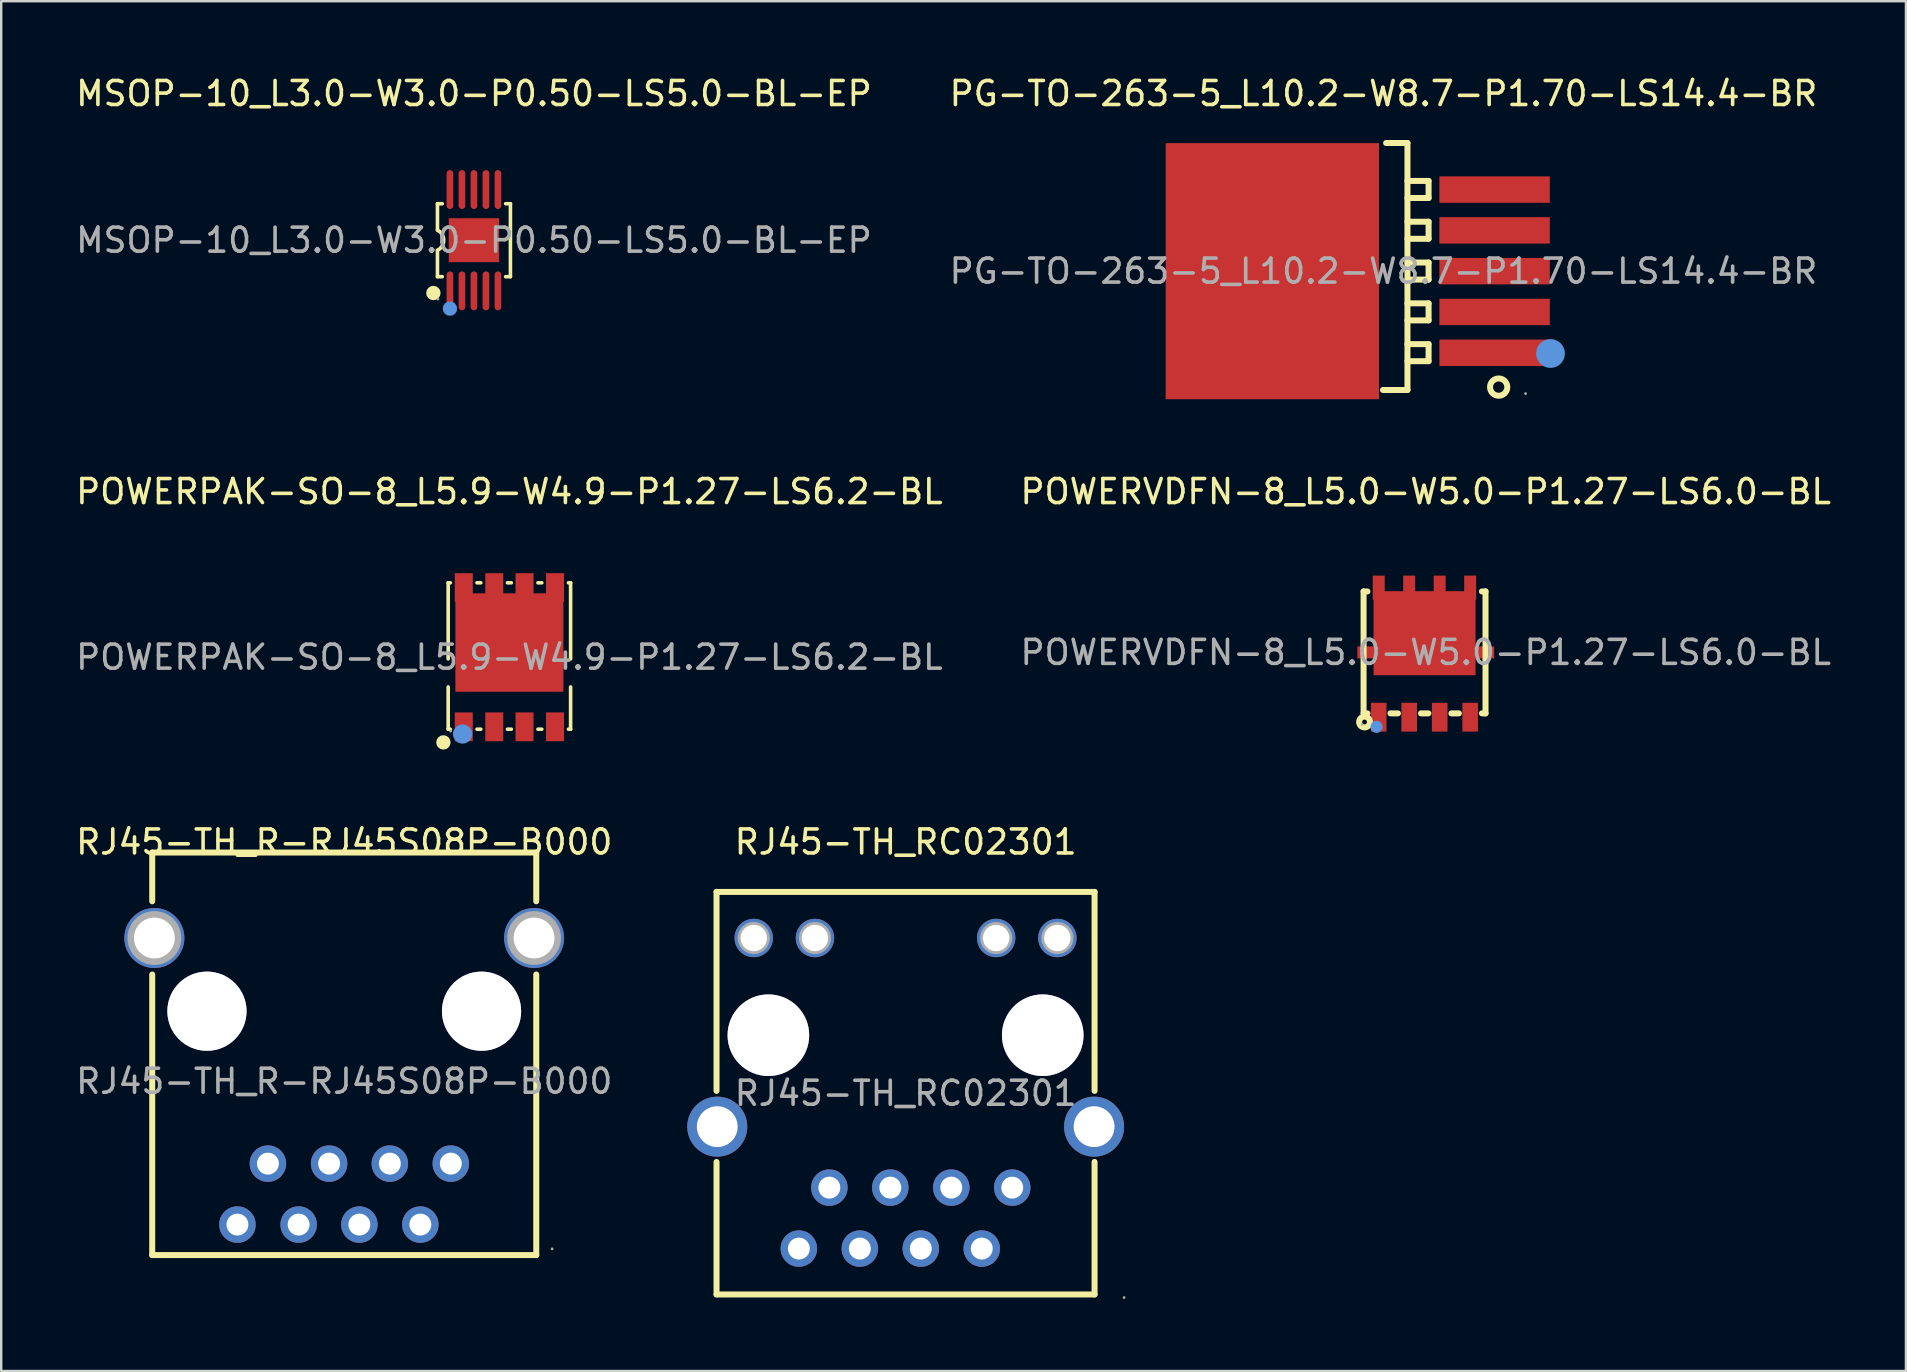
<source format=kicad_pcb>
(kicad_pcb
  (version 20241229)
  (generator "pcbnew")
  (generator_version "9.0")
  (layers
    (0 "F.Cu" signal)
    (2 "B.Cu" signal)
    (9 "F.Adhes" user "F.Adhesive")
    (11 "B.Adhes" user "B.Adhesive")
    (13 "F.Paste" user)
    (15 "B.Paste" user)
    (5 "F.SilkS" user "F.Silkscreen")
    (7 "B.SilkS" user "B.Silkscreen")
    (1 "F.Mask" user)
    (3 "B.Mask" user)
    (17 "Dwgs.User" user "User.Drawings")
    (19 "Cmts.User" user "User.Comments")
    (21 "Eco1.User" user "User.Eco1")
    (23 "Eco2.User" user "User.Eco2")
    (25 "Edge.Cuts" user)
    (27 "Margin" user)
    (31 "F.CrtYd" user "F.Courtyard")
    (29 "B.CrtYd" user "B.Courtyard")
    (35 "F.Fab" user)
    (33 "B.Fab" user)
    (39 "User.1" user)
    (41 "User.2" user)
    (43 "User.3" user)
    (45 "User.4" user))
  (footprint "POWERVDFN-8_L5.0-W5.0-P1.27-LS6.0-BL"
    (layer "F.Cu")
    (at 56.351 24.131)
    (property "Reference" "POWERVDFN-8_L5.0-W5.0-P1.27-LS6.0-BL" (at 0 -6.7 0) (layer "F.SilkS") (effects (font (size 1 1) (thickness 0.15))))
    (attr smd)
    (fp_line (start -2.59 -2.54) (end -2.43 -2.54) (stroke (width 0.25) (type solid)) (layer "F.SilkS"))
    (fp_line (start -2.59 2.54) (end -2.59 -2.54) (stroke (width 0.25) (type solid)) (layer "F.SilkS"))
    (fp_line (start -2.59 2.54) (end -2.43 2.54) (stroke (width 0.25) (type solid)) (layer "F.SilkS"))
    (fp_line (start -1.47 2.54) (end -1.16 2.54) (stroke (width 0.25) (type solid)) (layer "F.SilkS"))
    (fp_line (start -0.2 2.54) (end 0.11 2.54) (stroke (width 0.25) (type solid)) (layer "F.SilkS"))
    (fp_line (start 1.07 2.54) (end 1.38 2.54) (stroke (width 0.25) (type solid)) (layer "F.SilkS"))
    (fp_line (start 2.34 -2.54) (end 2.49 -2.54) (stroke (width 0.25) (type solid)) (layer "F.SilkS"))
    (fp_line (start 2.34 2.54) (end 2.49 2.54) (stroke (width 0.25) (type solid)) (layer "F.SilkS"))
    (fp_line (start 2.49 2.54) (end 2.49 -2.54) (stroke (width 0.25) (type solid)) (layer "F.SilkS"))
    (fp_circle (center -2.55 2.9) (end -2.45 2.9) (stroke (width 0.25) (type solid)) (fill no) (layer "F.SilkS"))
    (fp_circle (center -2.05 3.1) (end -1.92 3.1) (stroke (width 0.25) (type solid)) (fill no) (layer "Cmts.User"))
    (fp_circle (center -2.65 3) (end -2.62 3) (stroke (width 0.06) (type solid)) (fill no) (layer "F.Fab"))
    (fp_text user "${REFERENCE}" (at 0 0 0) (layer "F.Fab") (effects (font (size 1 1) (thickness 0.15))))
    (pad "1" smd rect (at -1.96 2.7) (size 0.65 1.2) (layers "F.Cu" "F.Mask" "F.Paste"))
    (pad "2" smd rect (at -0.69 2.7) (size 0.65 1.2) (layers "F.Cu" "F.Mask" "F.Paste"))
    (pad "3" smd rect (at 0.58 2.7) (size 0.65 1.2) (layers "F.Cu" "F.Mask" "F.Paste"))
    (pad "4" smd rect (at 1.85 2.7) (size 0.65 1.2) (layers "F.Cu" "F.Mask" "F.Paste"))
    (pad "5" smd rect (at 1.85 -2.7 270) (size 1 0.5) (layers "F.Cu" "F.Mask" "F.Paste"))
    (pad "6" smd rect (at 0.58 -2.7 270) (size 1 0.5) (layers "F.Cu" "F.Mask" "F.Paste"))
    (pad "7" smd rect (at -0.69 -2.7 270) (size 1 0.5) (layers "F.Cu" "F.Mask" "F.Paste"))
    (pad "8" smd rect (at -2.35 0) (size 1 0.5) (layers "F.Cu" "F.Mask" "F.Paste"))
    (pad "8" smd rect (at -1.96 -2.7 270) (size 1 0.5) (layers "F.Cu" "F.Mask" "F.Paste"))
    (pad "8" smd rect (at -0.05 -0.8 270) (size 3.5 4.25) (layers "F.Cu" "F.Mask" "F.Paste"))
    (pad "8" smd rect (at 2.35 0 180) (size 1 0.5) (layers "F.Cu" "F.Mask" "F.Paste")))
  (footprint "PG-TO-263-5_L10.2-W8.7-P1.70-LS14.4-BR"
    (layer "F.Cu")
    (at 54.589 8.248)
    (property "Reference" "PG-TO-263-5_L10.2-W8.7-P1.70-LS14.4-BR" (at 0 -7.4 0) (layer "F.SilkS") (effects (font (size 1 1) (thickness 0.15))))
    (attr smd)
    (fp_line (start 0.11 -5.34) (end 1 -5.34) (stroke (width 0.25) (type solid)) (layer "F.SilkS"))
    (fp_line (start 1 -5.34) (end 1 4.95) (stroke (width 0.25) (type solid)) (layer "F.SilkS"))
    (fp_line (start 1 -3.76) (end 1.88 -3.76) (stroke (width 0.25) (type solid)) (layer "F.SilkS"))
    (fp_line (start 1 -2.06) (end 1.88 -2.06) (stroke (width 0.25) (type solid)) (layer "F.SilkS"))
    (fp_line (start 1 -0.36) (end 1.88 -0.36) (stroke (width 0.25) (type solid)) (layer "F.SilkS"))
    (fp_line (start 1 1.34) (end 1.88 1.34) (stroke (width 0.25) (type solid)) (layer "F.SilkS"))
    (fp_line (start 1 3.04) (end 1.88 3.04) (stroke (width 0.25) (type solid)) (layer "F.SilkS"))
    (fp_line (start 1 4.95) (end -0.02 4.95) (stroke (width 0.25) (type solid)) (layer "F.SilkS"))
    (fp_line (start 1.88 -3.76) (end 1.88 -3.05) (stroke (width 0.25) (type solid)) (layer "F.SilkS"))
    (fp_line (start 1.88 -3.05) (end 1 -3.05) (stroke (width 0.25) (type solid)) (layer "F.SilkS"))
    (fp_line (start 1.88 -2.06) (end 1.88 -1.35) (stroke (width 0.25) (type solid)) (layer "F.SilkS"))
    (fp_line (start 1.88 -1.35) (end 1 -1.35) (stroke (width 0.25) (type solid)) (layer "F.SilkS"))
    (fp_line (start 1.88 -0.36) (end 1.88 0.35) (stroke (width 0.25) (type solid)) (layer "F.SilkS"))
    (fp_line (start 1.88 0.35) (end 1 0.35) (stroke (width 0.25) (type solid)) (layer "F.SilkS"))
    (fp_line (start 1.88 1.34) (end 1.88 2.05) (stroke (width 0.25) (type solid)) (layer "F.SilkS"))
    (fp_line (start 1.88 2.05) (end 1 2.05) (stroke (width 0.25) (type solid)) (layer "F.SilkS"))
    (fp_line (start 1.88 3.04) (end 1.88 3.75) (stroke (width 0.25) (type solid)) (layer "F.SilkS"))
    (fp_line (start 1.88 3.75) (end 1 3.75) (stroke (width 0.25) (type solid)) (layer "F.SilkS"))
    (fp_circle (center 4.8 4.83) (end 5.16 4.83) (stroke (width 0.25) (type solid)) (fill no) (layer "F.SilkS"))
    (fp_circle (center 6.96 3.43) (end 7.26 3.43) (stroke (width 0.6) (type solid)) (fill no) (layer "Cmts.User"))
    (fp_circle (center 5.92 5.1) (end 5.95 5.1) (stroke (width 0.06) (type solid)) (fill no) (layer "F.Fab"))
    (fp_text user "${REFERENCE}" (at 0 0 0) (layer "F.Fab") (effects (font (size 1 1) (thickness 0.15))))
    (pad "1" smd rect (at 4.63 3.4) (size 4.6 1.1) (layers "F.Cu" "F.Mask" "F.Paste"))
    (pad "2" smd rect (at 4.63 1.7) (size 4.6 1.1) (layers "F.Cu" "F.Mask" "F.Paste"))
    (pad "3" smd rect (at 4.63 0) (size 4.6 1.1) (layers "F.Cu" "F.Mask" "F.Paste"))
    (pad "4" smd rect (at 4.63 -1.7) (size 4.6 1.1) (layers "F.Cu" "F.Mask" "F.Paste"))
    (pad "5" smd rect (at 4.63 -3.4) (size 4.6 1.1) (layers "F.Cu" "F.Mask" "F.Paste"))
    (pad "6" smd rect (at -4.63 0) (size 8.89 10.67) (layers "F.Cu" "F.Mask" "F.Paste")))
  (footprint "RJ45-TH_RC02301"
    (layer "F.Cu")
    (at 34.683 42.5)
    (property "Reference" "RJ45-TH_RC02301" (at 0 -10.47 0) (layer "F.SilkS") (effects (font (size 1 1) (thickness 0.15))))
    (attr through_hole)
    (fp_line (start -7.88 -8.39) (end 7.87 -8.39) (stroke (width 0.25) (type solid)) (layer "F.SilkS"))
    (fp_line (start -7.88 -0.1) (end -7.88 -8.39) (stroke (width 0.25) (type solid)) (layer "F.SilkS"))
    (fp_line (start -7.88 8.38) (end -7.88 2.86) (stroke (width 0.25) (type solid)) (layer "F.SilkS"))
    (fp_line (start 7.87 -8.39) (end 7.87 -0.1) (stroke (width 0.25) (type solid)) (layer "F.SilkS"))
    (fp_line (start 7.87 2.86) (end 7.87 8.38) (stroke (width 0.25) (type solid)) (layer "F.SilkS"))
    (fp_line (start 7.87 8.38) (end -7.88 8.38) (stroke (width 0.25) (type solid)) (layer "F.SilkS"))
    (fp_circle (center -7.85 1.39) (end -7.47 1.39) (stroke (width 0.75) (type solid)) (fill no) (layer "F.Fab"))
    (fp_circle (center -6.33 -6.47) (end -6.11 -6.47) (stroke (width 0.45) (type solid)) (fill no) (layer "F.Fab"))
    (fp_circle (center -5.72 -2.42) (end -4.92 -2.42) (stroke (width 1.6) (type solid)) (fill no) (layer "F.Fab"))
    (fp_circle (center -4.45 6.47) (end -4.27 6.47) (stroke (width 0.36) (type solid)) (fill no) (layer "F.Fab"))
    (fp_circle (center -3.78 -6.47) (end -3.56 -6.47) (stroke (width 0.45) (type solid)) (fill no) (layer "F.Fab"))
    (fp_circle (center -3.18 3.93) (end -3 3.93) (stroke (width 0.36) (type solid)) (fill no) (layer "F.Fab"))
    (fp_circle (center -1.91 6.47) (end -1.73 6.47) (stroke (width 0.36) (type solid)) (fill no) (layer "F.Fab"))
    (fp_circle (center -0.64 3.93) (end -0.46 3.93) (stroke (width 0.36) (type solid)) (fill no) (layer "F.Fab"))
    (fp_circle (center 0.63 6.47) (end 0.81 6.47) (stroke (width 0.36) (type solid)) (fill no) (layer "F.Fab"))
    (fp_circle (center 1.9 3.93) (end 2.08 3.93) (stroke (width 0.36) (type solid)) (fill no) (layer "F.Fab"))
    (fp_circle (center 3.17 6.47) (end 3.35 6.47) (stroke (width 0.36) (type solid)) (fill no) (layer "F.Fab"))
    (fp_circle (center 3.77 -6.47) (end 3.99 -6.47) (stroke (width 0.45) (type solid)) (fill no) (layer "F.Fab"))
    (fp_circle (center 4.44 3.93) (end 4.62 3.93) (stroke (width 0.36) (type solid)) (fill no) (layer "F.Fab"))
    (fp_circle (center 5.71 -2.42) (end 6.51 -2.42) (stroke (width 1.6) (type solid)) (fill no) (layer "F.Fab"))
    (fp_circle (center 6.32 -6.47) (end 6.54 -6.47) (stroke (width 0.45) (type solid)) (fill no) (layer "F.Fab"))
    (fp_circle (center 7.85 1.39) (end 8.23 1.39) (stroke (width 0.75) (type solid)) (fill no) (layer "F.Fab"))
    (fp_circle (center 9.1 8.51) (end 9.13 8.51) (stroke (width 0.06) (type solid)) (fill no) (layer "F.Fab"))
    (fp_text user "${REFERENCE}" (at 0 0 0) (layer "F.Fab") (effects (font (size 1 1) (thickness 0.15))))
    (pad "" thru_hole circle (at -5.72 -2.42) (size 3.4 3.4) (drill 3.4) (layers "*.Cu" "*.Mask"))
    (pad "" thru_hole circle (at 5.71 -2.42) (size 3.4 3.4) (drill 3.4) (layers "*.Cu" "*.Mask"))
    (pad "1" thru_hole circle (at 4.44 3.93) (size 1.52 1.52) (drill 0.914) (layers "*.Cu" "*.Mask"))
    (pad "2" thru_hole circle (at 3.17 6.47) (size 1.52 1.52) (drill 0.914) (layers "*.Cu" "*.Mask"))
    (pad "3" thru_hole circle (at 1.9 3.93) (size 1.52 1.52) (drill 0.914) (layers "*.Cu" "*.Mask"))
    (pad "4" thru_hole circle (at 0.63 6.47) (size 1.52 1.52) (drill 0.914) (layers "*.Cu" "*.Mask"))
    (pad "5" thru_hole circle (at -0.64 3.93) (size 1.52 1.52) (drill 0.914) (layers "*.Cu" "*.Mask"))
    (pad "6" thru_hole circle (at -1.91 6.47) (size 1.52 1.52) (drill 0.914) (layers "*.Cu" "*.Mask"))
    (pad "7" thru_hole circle (at -3.18 3.93) (size 1.52 1.52) (drill 0.914) (layers "*.Cu" "*.Mask"))
    (pad "8" thru_hole circle (at -4.45 6.47) (size 1.52 1.52) (drill 0.914) (layers "*.Cu" "*.Mask"))
    (pad "9" thru_hole circle (at 6.32 -6.47) (size 1.6 1.6) (drill 1.1) (layers "*.Cu" "*.Mask"))
    (pad "10" thru_hole circle (at 3.77 -6.47) (size 1.6 1.6) (drill 1.1) (layers "*.Cu" "*.Mask"))
    (pad "11" thru_hole circle (at -3.78 -6.47) (size 1.6 1.6) (drill 1.1) (layers "*.Cu" "*.Mask"))
    (pad "12" thru_hole circle (at -6.33 -6.47) (size 1.6 1.6) (drill 1.1) (layers "*.Cu" "*.Mask"))
    (pad "13" thru_hole circle (at -7.85 1.39) (size 2.5 2.5) (drill 1.7) (layers "*.Cu" "*.Mask"))
    (pad "14" thru_hole circle (at 7.85 1.39) (size 2.5 2.5) (drill 1.7) (layers "*.Cu" "*.Mask")))
  (footprint "MSOP-10_L3.0-W3.0-P0.50-LS5.0-BL-EP"
    (layer "F.Cu")
    (at 16.696 6.958)
    (property "Reference" "MSOP-10_L3.0-W3.0-P0.50-LS5.0-BL-EP" (at 0 -6.11 0) (layer "F.SilkS") (effects (font (size 1 1) (thickness 0.15))))
    (attr smd)
    (fp_line (start -1.52 -1.52) (end -1.52 -0.42) (stroke (width 0.15) (type solid)) (layer "F.SilkS"))
    (fp_line (start -1.52 1.52) (end -1.52 0.42) (stroke (width 0.15) (type solid)) (layer "F.SilkS"))
    (fp_line (start -1.52 1.52) (end -1.32 1.52) (stroke (width 0.15) (type solid)) (layer "F.SilkS"))
    (fp_line (start -1.32 -1.52) (end -1.52 -1.52) (stroke (width 0.15) (type solid)) (layer "F.SilkS"))
    (fp_line (start 1.32 1.52) (end 1.52 1.52) (stroke (width 0.15) (type solid)) (layer "F.SilkS"))
    (fp_line (start 1.52 -1.52) (end 1.32 -1.52) (stroke (width 0.15) (type solid)) (layer "F.SilkS"))
    (fp_line (start 1.52 1.52) (end 1.52 -1.52) (stroke (width 0.15) (type solid)) (layer "F.SilkS"))
    (fp_arc (start -1.52 -0.42) (mid -1.260427 -0.00086) (end -1.518463 0.419228) (stroke (width 0.15) (type solid)) (layer "F.SilkS"))
    (fp_circle (center -1.69 2.2) (end -1.54 2.2) (stroke (width 0.3) (type solid)) (fill no) (layer "F.SilkS"))
    (fp_circle (center -1 2.85) (end -0.85 2.85) (stroke (width 0.3) (type solid)) (fill no) (layer "Cmts.User"))
    (fp_circle (center -1.5 2.45) (end -1.47 2.45) (stroke (width 0.06) (type solid)) (fill no) (layer "F.Fab"))
    (fp_text user "${REFERENCE}" (at 0 0 0) (layer "F.Fab") (effects (font (size 1 1) (thickness 0.15))))
    (pad "1" smd oval (at -1 2.11) (size 0.28 1.62) (layers "F.Cu" "F.Mask" "F.Paste"))
    (pad "2" smd oval (at -0.5 2.11) (size 0.28 1.62) (layers "F.Cu" "F.Mask" "F.Paste"))
    (pad "3" smd oval (at 0 2.11) (size 0.28 1.62) (layers "F.Cu" "F.Mask" "F.Paste"))
    (pad "4" smd oval (at 0.5 2.11) (size 0.28 1.62) (layers "F.Cu" "F.Mask" "F.Paste"))
    (pad "5" smd oval (at 1 2.11) (size 0.28 1.62) (layers "F.Cu" "F.Mask" "F.Paste"))
    (pad "6" smd oval (at 1 -2.11) (size 0.28 1.62) (layers "F.Cu" "F.Mask" "F.Paste"))
    (pad "7" smd oval (at 0.5 -2.11) (size 0.28 1.62) (layers "F.Cu" "F.Mask" "F.Paste"))
    (pad "8" smd oval (at 0 -2.11) (size 0.28 1.62) (layers "F.Cu" "F.Mask" "F.Paste"))
    (pad "9" smd oval (at -0.5 -2.11) (size 0.28 1.62) (layers "F.Cu" "F.Mask" "F.Paste"))
    (pad "10" smd oval (at -1 -2.11) (size 0.28 1.62) (layers "F.Cu" "F.Mask" "F.Paste"))
    (pad "11" smd rect (at 0 0) (size 2.1 1.83) (layers "F.Cu" "F.Mask" "F.Paste")))
  (footprint "POWERPAK-SO-8_L5.9-W4.9-P1.27-LS6.2-BL"
    (layer "F.Cu")
    (at 18.173 24.331)
    (property "Reference" "POWERPAK-SO-8_L5.9-W4.9-P1.27-LS6.2-BL" (at 0 -6.9 0) (layer "F.SilkS") (effects (font (size 1 1) (thickness 0.15))))
    (attr smd)
    (fp_line (start -2.55 -3.1) (end -2.55 0.07) (stroke (width 0.15) (type solid)) (layer "F.SilkS"))
    (fp_line (start -2.55 1.24) (end -2.55 3) (stroke (width 0.15) (type solid)) (layer "F.SilkS"))
    (fp_line (start -2.55 3) (end -2.46 3) (stroke (width 0.15) (type solid)) (layer "F.SilkS"))
    (fp_line (start -2.46 -3.1) (end -2.55 -3.1) (stroke (width 0.15) (type solid)) (layer "F.SilkS"))
    (fp_line (start -1.35 3) (end -1.19 3) (stroke (width 0.15) (type solid)) (layer "F.SilkS"))
    (fp_line (start -1.19 -3.1) (end -1.35 -3.1) (stroke (width 0.15) (type solid)) (layer "F.SilkS"))
    (fp_line (start -0.08 3) (end 0.08 3) (stroke (width 0.15) (type solid)) (layer "F.SilkS"))
    (fp_line (start 0.08 -3.1) (end -0.08 -3.1) (stroke (width 0.15) (type solid)) (layer "F.SilkS"))
    (fp_line (start 1.19 3) (end 1.35 3) (stroke (width 0.15) (type solid)) (layer "F.SilkS"))
    (fp_line (start 1.35 -3.1) (end 1.19 -3.1) (stroke (width 0.15) (type solid)) (layer "F.SilkS"))
    (fp_line (start 2.46 3) (end 2.55 3) (stroke (width 0.15) (type solid)) (layer "F.SilkS"))
    (fp_line (start 2.55 -3.1) (end 2.46 -3.1) (stroke (width 0.15) (type solid)) (layer "F.SilkS"))
    (fp_line (start 2.55 0.07) (end 2.55 -3.1) (stroke (width 0.15) (type solid)) (layer "F.SilkS"))
    (fp_line (start 2.55 3) (end 2.55 1.24) (stroke (width 0.15) (type solid)) (layer "F.SilkS"))
    (fp_circle (center -2.75 3.55) (end -2.6 3.55) (stroke (width 0.3) (type solid)) (fill no) (layer "F.SilkS"))
    (fp_circle (center -1.95 3.2) (end -1.75 3.2) (stroke (width 0.4) (type solid)) (fill no) (layer "Cmts.User"))
    (fp_circle (center -2.45 3.08) (end -2.42 3.08) (stroke (width 0.06) (type solid)) (fill no) (layer "F.Fab"))
    (fp_text user "${REFERENCE}" (at 0 0 0) (layer "F.Fab") (effects (font (size 1 1) (thickness 0.15))))
    (pad "1" smd rect (at -1.9 2.9) (size 0.75 1.2) (layers "F.Cu" "F.Mask" "F.Paste"))
    (pad "2" smd rect (at -0.63 2.9) (size 0.75 1.2) (layers "F.Cu" "F.Mask" "F.Paste"))
    (pad "3" smd rect (at 0.63 2.9) (size 0.75 1.2) (layers "F.Cu" "F.Mask" "F.Paste"))
    (pad "4" smd rect (at 1.9 2.9) (size 0.75 1.2) (layers "F.Cu" "F.Mask" "F.Paste"))
    (pad "5" smd rect (at 1.9 -2.9) (size 0.75 1.2) (layers "F.Cu" "F.Mask" "F.Paste"))
    (pad "6" smd rect (at 0.63 -2.9) (size 0.75 1.2) (layers "F.Cu" "F.Mask" "F.Paste"))
    (pad "7" smd rect (at -0.63 -2.9) (size 0.75 1.2) (layers "F.Cu" "F.Mask" "F.Paste"))
    (pad "8" smd rect (at -1.9 -2.9) (size 0.75 1.2) (layers "F.Cu" "F.Mask" "F.Paste"))
    (pad "8" smd rect (at 0 -0.61) (size 4.5 4.1) (layers "F.Cu" "F.Mask" "F.Paste")))
  (footprint "RJ45-TH_R-RJ45S08P-B000"
    (layer "F.Cu")
    (at 11.292 42)
    (property "Reference" "RJ45-TH_R-RJ45S08P-B000" (at 0 -9.97 0) (layer "F.SilkS") (effects (font (size 1 1) (thickness 0.15))))
    (attr through_hole)
    (fp_line (start -8 -9.53) (end 8 -9.53) (stroke (width 0.25) (type solid)) (layer "F.SilkS"))
    (fp_line (start -8 -7.5) (end -8 -9.53) (stroke (width 0.25) (type solid)) (layer "F.SilkS"))
    (fp_line (start -8 7.24) (end -8 -4.45) (stroke (width 0.25) (type solid)) (layer "F.SilkS"))
    (fp_line (start 8 -9.53) (end 8 -7.5) (stroke (width 0.25) (type solid)) (layer "F.SilkS"))
    (fp_line (start 8 -4.45) (end 8 7.24) (stroke (width 0.25) (type solid)) (layer "F.SilkS"))
    (fp_line (start 8 7.24) (end -8 7.24) (stroke (width 0.25) (type solid)) (layer "F.SilkS"))
    (fp_circle (center -7.91 -5.97) (end -7.54 -5.97) (stroke (width 0.75) (type solid)) (fill no) (layer "F.Fab"))
    (fp_circle (center -4.45 5.97) (end -4.27 5.97) (stroke (width 0.36) (type solid)) (fill no) (layer "F.Fab"))
    (fp_circle (center -3.18 3.43) (end -3 3.43) (stroke (width 0.36) (type solid)) (fill no) (layer "F.Fab"))
    (fp_circle (center -1.9 5.97) (end -1.72 5.97) (stroke (width 0.36) (type solid)) (fill no) (layer "F.Fab"))
    (fp_circle (center -0.63 3.43) (end -0.45 3.43) (stroke (width 0.36) (type solid)) (fill no) (layer "F.Fab"))
    (fp_circle (center 0.63 5.97) (end 0.81 5.97) (stroke (width 0.36) (type solid)) (fill no) (layer "F.Fab"))
    (fp_circle (center 1.9 3.43) (end 2.08 3.43) (stroke (width 0.36) (type solid)) (fill no) (layer "F.Fab"))
    (fp_circle (center 3.17 5.97) (end 3.35 5.97) (stroke (width 0.36) (type solid)) (fill no) (layer "F.Fab"))
    (fp_circle (center 4.44 3.43) (end 4.62 3.43) (stroke (width 0.36) (type solid)) (fill no) (layer "F.Fab"))
    (fp_circle (center 7.91 -5.97) (end 8.28 -5.97) (stroke (width 0.75) (type solid)) (fill no) (layer "F.Fab"))
    (fp_circle (center 8.66 6.98) (end 8.69 6.98) (stroke (width 0.06) (type solid)) (fill no) (layer "F.Fab"))
    (fp_text user "${REFERENCE}" (at 0 0 0) (layer "F.Fab") (effects (font (size 1 1) (thickness 0.15))))
    (pad "" thru_hole circle (at -5.72 -2.92) (size 3.3 3.3) (drill 3.3) (layers "*.Cu" "*.Mask"))
    (pad "" thru_hole circle (at 5.72 -2.92) (size 3.3 3.3) (drill 3.3) (layers "*.Cu" "*.Mask"))
    (pad "1" thru_hole circle (at 4.44 3.43) (size 1.52 1.52) (drill 0.914) (layers "*.Cu" "*.Mask"))
    (pad "2" thru_hole circle (at 3.17 5.97) (size 1.52 1.52) (drill 0.914) (layers "*.Cu" "*.Mask"))
    (pad "3" thru_hole circle (at 1.9 3.43) (size 1.52 1.52) (drill 0.914) (layers "*.Cu" "*.Mask"))
    (pad "4" thru_hole circle (at 0.63 5.97) (size 1.52 1.52) (drill 0.914) (layers "*.Cu" "*.Mask"))
    (pad "5" thru_hole circle (at -0.63 3.43) (size 1.52 1.52) (drill 0.914) (layers "*.Cu" "*.Mask"))
    (pad "6" thru_hole circle (at -1.9 5.97) (size 1.52 1.52) (drill 0.914) (layers "*.Cu" "*.Mask"))
    (pad "7" thru_hole circle (at -3.18 3.43) (size 1.52 1.52) (drill 0.914) (layers "*.Cu" "*.Mask"))
    (pad "8" thru_hole circle (at -4.45 5.97) (size 1.52 1.52) (drill 0.914) (layers "*.Cu" "*.Mask"))
    (pad "9" thru_hole circle (at 7.91 -5.97) (size 2.5 2.5) (drill 1.7) (layers "*.Cu" "*.Mask"))
    (pad "10" thru_hole circle (at -7.91 -5.97) (size 2.5 2.5) (drill 1.7) (layers "*.Cu" "*.Mask")))
  (gr_rect
    (start -3 -3)
    (end 76.357 54.07)
    (stroke (width 0.1) (type default))
    (fill no)
    (layer "Edge.Cuts")))
</source>
